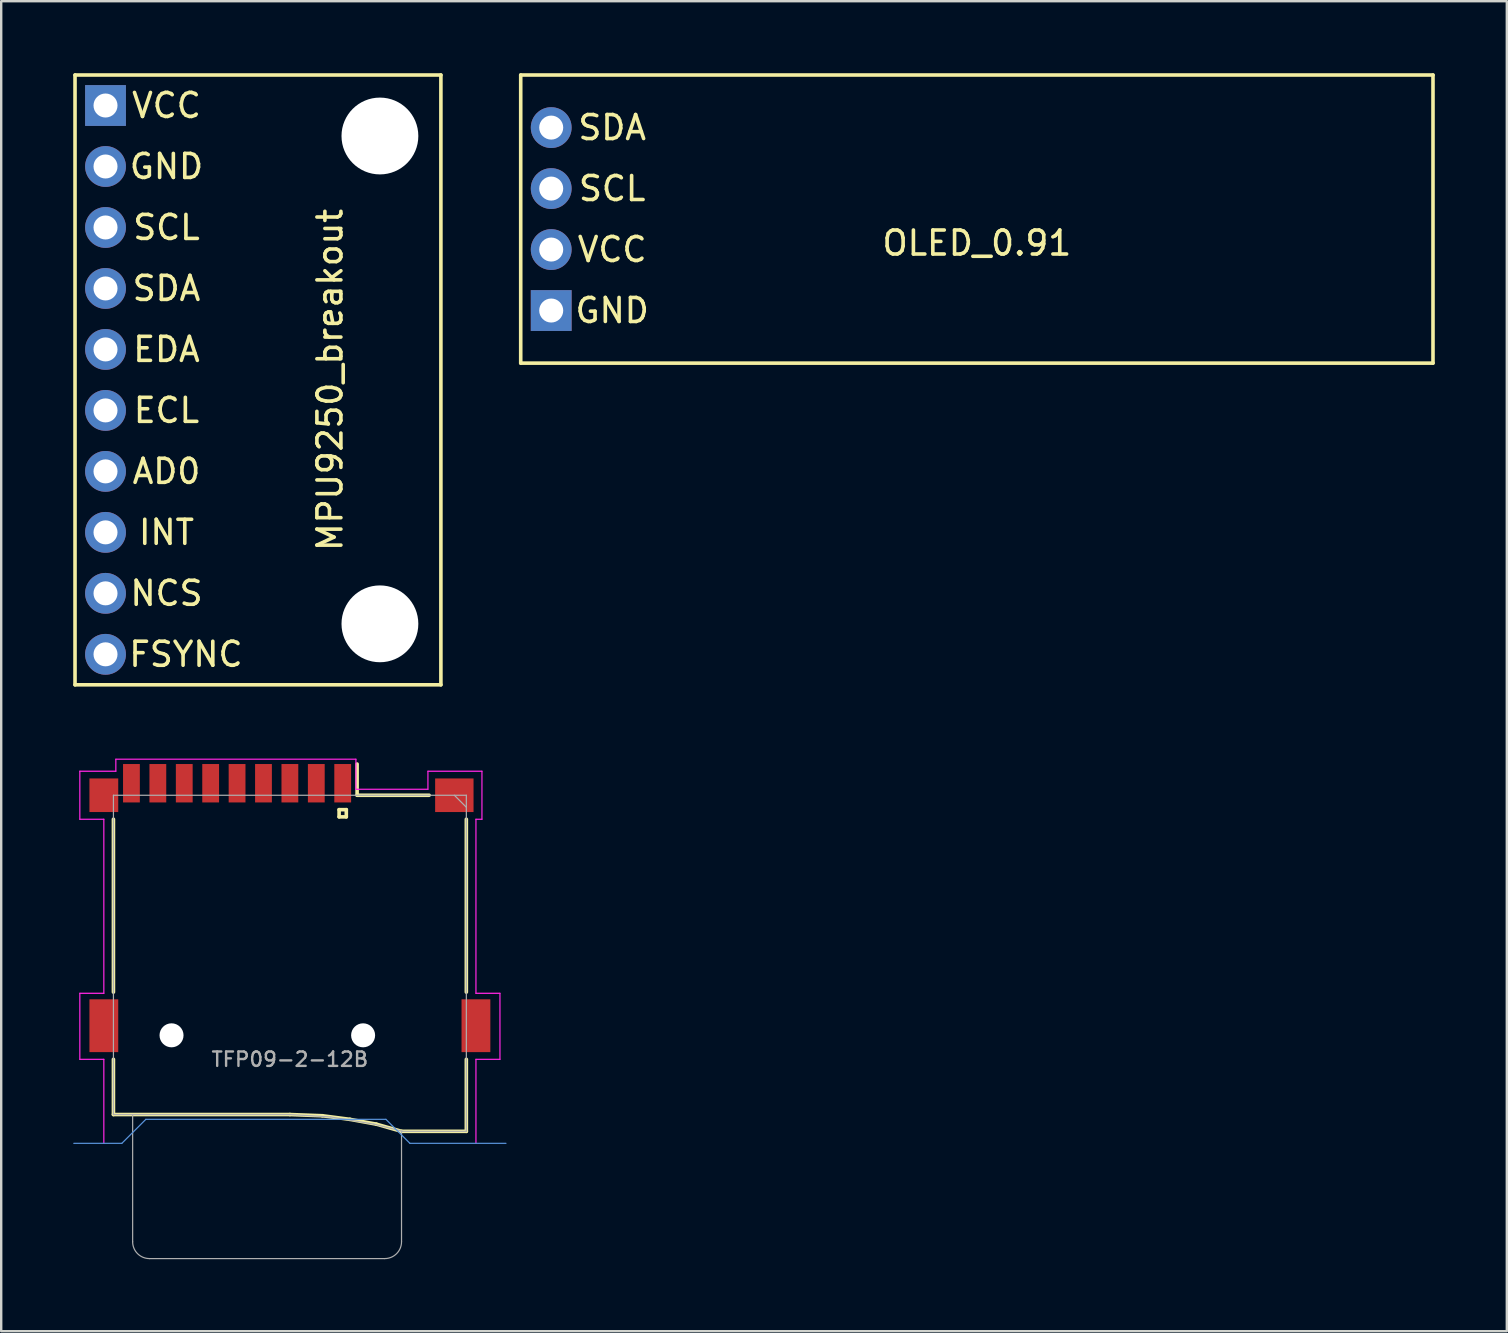
<source format=kicad_pcb>
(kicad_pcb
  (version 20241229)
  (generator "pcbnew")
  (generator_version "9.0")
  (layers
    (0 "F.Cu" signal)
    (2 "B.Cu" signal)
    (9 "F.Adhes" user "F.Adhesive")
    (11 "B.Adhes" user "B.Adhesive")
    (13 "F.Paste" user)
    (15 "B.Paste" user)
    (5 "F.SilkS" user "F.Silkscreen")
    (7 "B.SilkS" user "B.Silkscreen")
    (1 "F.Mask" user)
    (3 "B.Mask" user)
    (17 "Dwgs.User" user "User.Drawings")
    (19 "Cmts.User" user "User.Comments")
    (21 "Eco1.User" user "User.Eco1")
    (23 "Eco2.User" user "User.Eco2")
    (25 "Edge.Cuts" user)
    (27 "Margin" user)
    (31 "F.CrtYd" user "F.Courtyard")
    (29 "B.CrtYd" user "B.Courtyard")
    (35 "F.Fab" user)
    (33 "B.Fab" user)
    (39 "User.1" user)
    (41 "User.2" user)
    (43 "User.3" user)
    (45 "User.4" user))
  (footprint "OLED_0.91"
    (layer "F.Cu")
    (at 18.64 6.075)
    (property "Reference" "OLED_0.91" (at 19 1 0) (layer "F.SilkS") (effects (font (size 1 1) (thickness 0.15))))
    (attr through_hole)
    (fp_line (start 0 -6) (end 38 -6) (stroke (width 0.15) (type solid)) (layer "F.SilkS"))
    (fp_line (start 0 6) (end 0 -6) (stroke (width 0.15) (type solid)) (layer "F.SilkS"))
    (fp_line (start 38 -6) (end 38 6) (stroke (width 0.15) (type solid)) (layer "F.SilkS"))
    (fp_line (start 38 6) (end 0 6) (stroke (width 0.15) (type solid)) (layer "F.SilkS"))
    (fp_text user "VCC" (at 3.81 1.27 0) (layer "F.SilkS") (effects (font (size 1 1) (thickness 0.15))))
    (fp_text user "SDA" (at 3.81 -3.81 0) (layer "F.SilkS") (effects (font (size 1 1) (thickness 0.15))))
    (fp_text user "SCL" (at 3.81 -1.27 0) (layer "F.SilkS") (effects (font (size 1 1) (thickness 0.15))))
    (fp_text user "GND" (at 3.81 3.81 0) (layer "F.SilkS") (effects (font (size 1 1) (thickness 0.15))))
    (pad "1" thru_hole rect (at 1.27 3.81) (size 1.7 1.7) (drill 1) (layers "*.Cu" "*.Mask"))
    (pad "2" thru_hole circle (at 1.27 1.27) (size 1.7 1.7) (drill 1) (layers "*.Cu" "*.Mask"))
    (pad "3" thru_hole circle (at 1.27 -1.27) (size 1.7 1.7) (drill 1) (layers "*.Cu" "*.Mask"))
    (pad "4" thru_hole circle (at 1.27 -3.81) (size 1.7 1.7) (drill 1) (layers "*.Cu" "*.Mask")))
  (footprint "MPU9250_breakout"
    (layer "F.Cu")
    (at 7.695 12.775)
    (property "Reference" "MPU9250_breakout" (at 3 0 90) (layer "F.SilkS") (effects (font (size 1 1) (thickness 0.15))))
    (attr through_hole)
    (fp_line (start -7.62 -12.7) (end 7.62 -12.7) (stroke (width 0.15) (type solid)) (layer "F.SilkS"))
    (fp_line (start -7.62 12.7) (end -7.62 -12.7) (stroke (width 0.15) (type solid)) (layer "F.SilkS"))
    (fp_line (start 7.62 -12.7) (end 7.62 12.7) (stroke (width 0.15) (type solid)) (layer "F.SilkS"))
    (fp_line (start 7.62 12.7) (end -7.62 12.7) (stroke (width 0.15) (type solid)) (layer "F.SilkS"))
    (fp_text user "SDA" (at -3.81 -3.81 0) (layer "F.SilkS") (effects (font (size 1 1) (thickness 0.15))))
    (fp_text user "ECL" (at -3.81 1.27 0) (layer "F.SilkS") (effects (font (size 1 1) (thickness 0.15))))
    (fp_text user "NCS" (at -3.81 8.89 0) (layer "F.SilkS") (effects (font (size 1 1) (thickness 0.15))))
    (fp_text user "FSYNC" (at -3 11.43 0) (layer "F.SilkS") (effects (font (size 1 1) (thickness 0.15))))
    (fp_text user "EDA" (at -3.81 -1.27 0) (layer "F.SilkS") (effects (font (size 1 1) (thickness 0.15))))
    (fp_text user "SCL" (at -3.81 -6.35 0) (layer "F.SilkS") (effects (font (size 1 1) (thickness 0.15))))
    (fp_text user "AD0" (at -3.81 3.81 0) (layer "F.SilkS") (effects (font (size 1 1) (thickness 0.15))))
    (fp_text user "VCC" (at -3.81 -11.43 0) (layer "F.SilkS") (effects (font (size 1 1) (thickness 0.15))))
    (fp_text user "INT" (at -3.81 6.35 0) (layer "F.SilkS") (effects (font (size 1 1) (thickness 0.15))))
    (fp_text user "GND" (at -3.81 -8.89 0) (layer "F.SilkS") (effects (font (size 1 1) (thickness 0.15))))
    (pad "" np_thru_hole circle (at 5.08 -10.16) (size 3.2 3.2) (drill 3.2) (layers "*.Cu" "*.Mask"))
    (pad "" np_thru_hole circle (at 5.08 10.16) (size 3.2 3.2) (drill 3.2) (layers "*.Cu" "*.Mask"))
    (pad "1" thru_hole rect (at -6.35 -11.43) (size 1.7 1.7) (drill 1) (layers "*.Cu" "*.Mask"))
    (pad "2" thru_hole circle (at -6.35 -8.89) (size 1.7 1.7) (drill 1) (layers "*.Cu" "*.Mask"))
    (pad "3" thru_hole circle (at -6.35 -6.35) (size 1.7 1.7) (drill 1) (layers "*.Cu" "*.Mask"))
    (pad "4" thru_hole circle (at -6.35 -3.81) (size 1.7 1.7) (drill 1) (layers "*.Cu" "*.Mask"))
    (pad "5" thru_hole circle (at -6.35 -1.27) (size 1.7 1.7) (drill 1) (layers "*.Cu" "*.Mask"))
    (pad "6" thru_hole circle (at -6.35 1.27) (size 1.7 1.7) (drill 1) (layers "*.Cu" "*.Mask"))
    (pad "7" thru_hole circle (at -6.35 3.81) (size 1.7 1.7) (drill 1) (layers "*.Cu" "*.Mask"))
    (pad "8" thru_hole circle (at -6.35 6.35) (size 1.7 1.7) (drill 1) (layers "*.Cu" "*.Mask"))
    (pad "9" thru_hole circle (at -6.35 8.89) (size 1.7 1.7) (drill 1) (layers "*.Cu" "*.Mask"))
    (pad "10" thru_hole circle (at -6.35 11.43) (size 1.7 1.7) (drill 1) (layers "*.Cu" "*.Mask")))
  (footprint "TFP09-2-12B"
    (layer "F.Cu")
    (at 9.025 40.075)
    (property "Reference" "TFP09-2-12B" (at 0 1 180) (layer "F.Fab") (effects (font (size 0.6 0.6) (thickness 0.1))))
    (attr through_hole)
    (fp_line (start -7.35 -1.8) (end -7.35 -9) (stroke (width 0.15) (type solid)) (layer "F.SilkS"))
    (fp_line (start -7.35 1) (end -7.35 3.3) (stroke (width 0.15) (type solid)) (layer "F.SilkS"))
    (fp_line (start -7.35 3.3) (end 0 3.3) (stroke (width 0.15) (type solid)) (layer "F.SilkS"))
    (fp_line (start 0 3.3) (end 1.35 3.35) (stroke (width 0.15) (type solid)) (layer "F.SilkS"))
    (fp_line (start 1.35 3.35) (end 2.5 3.5) (stroke (width 0.15) (type solid)) (layer "F.SilkS"))
    (fp_line (start 2.05 -9.4) (end 2.05 -9.1) (stroke (width 0.15) (type solid)) (layer "F.SilkS"))
    (fp_line (start 2.05 -9.1) (end 2.35 -9.1) (stroke (width 0.15) (type solid)) (layer "F.SilkS"))
    (fp_line (start 2.35 -9.4) (end 2.05 -9.4) (stroke (width 0.15) (type solid)) (layer "F.SilkS"))
    (fp_line (start 2.35 -9.1) (end 2.35 -9.4) (stroke (width 0.15) (type solid)) (layer "F.SilkS"))
    (fp_line (start 2.5 3.5) (end 3.6 3.7) (stroke (width 0.15) (type solid)) (layer "F.SilkS"))
    (fp_line (start 2.8 -10) (end 2.8 -11.3) (stroke (width 0.15) (type solid)) (layer "F.SilkS"))
    (fp_line (start 2.8 -10) (end 5.8 -10) (stroke (width 0.15) (type solid)) (layer "F.SilkS"))
    (fp_line (start 3.6 3.7) (end 4.65 4) (stroke (width 0.15) (type solid)) (layer "F.SilkS"))
    (fp_line (start 4.65 4) (end 7.35 4) (stroke (width 0.15) (type solid)) (layer "F.SilkS"))
    (fp_line (start 7.35 -9) (end 7.35 -1.8) (stroke (width 0.15) (type solid)) (layer "F.SilkS"))
    (fp_line (start 7.35 4) (end 7.35 1) (stroke (width 0.15) (type solid)) (layer "F.SilkS"))
    (fp_line (start -9 4.5) (end -7 4.5) (stroke (width 0.05) (type solid)) (layer "Cmts.User"))
    (fp_line (start -7 4.5) (end -6 3.5) (stroke (width 0.05) (type solid)) (layer "Cmts.User"))
    (fp_line (start -6 3.5) (end 4 3.5) (stroke (width 0.05) (type solid)) (layer "Cmts.User"))
    (fp_line (start 4 3.5) (end 5 4.5) (stroke (width 0.05) (type solid)) (layer "Cmts.User"))
    (fp_line (start 5 4.5) (end 9 4.5) (stroke (width 0.05) (type solid)) (layer "Cmts.User"))
    (fp_line (start -8.75 -11) (end -7.25 -11) (stroke (width 0.05) (type solid)) (layer "F.CrtYd"))
    (fp_line (start -8.75 -9) (end -8.75 -11) (stroke (width 0.05) (type solid)) (layer "F.CrtYd"))
    (fp_line (start -8.75 -1.75) (end -7.75 -1.75) (stroke (width 0.05) (type solid)) (layer "F.CrtYd"))
    (fp_line (start -8.75 1) (end -8.75 -1.75) (stroke (width 0.05) (type solid)) (layer "F.CrtYd"))
    (fp_line (start -7.75 -9) (end -8.75 -9) (stroke (width 0.05) (type solid)) (layer "F.CrtYd"))
    (fp_line (start -7.75 -1.75) (end -7.75 -9) (stroke (width 0.05) (type solid)) (layer "F.CrtYd"))
    (fp_line (start -7.75 1) (end -8.75 1) (stroke (width 0.05) (type solid)) (layer "F.CrtYd"))
    (fp_line (start -7.75 4.5) (end -7.75 1) (stroke (width 0.05) (type solid)) (layer "F.CrtYd"))
    (fp_line (start -7.25 -11.5) (end 2.75 -11.5) (stroke (width 0.05) (type solid)) (layer "F.CrtYd"))
    (fp_line (start -7.25 -11) (end -7.25 -11.5) (stroke (width 0.05) (type solid)) (layer "F.CrtYd"))
    (fp_line (start 2.75 -11.5) (end 2.75 -10.25) (stroke (width 0.05) (type solid)) (layer "F.CrtYd"))
    (fp_line (start 2.75 -10.25) (end 5.75 -10.25) (stroke (width 0.05) (type solid)) (layer "F.CrtYd"))
    (fp_line (start 5.75 -11) (end 8 -11) (stroke (width 0.05) (type solid)) (layer "F.CrtYd"))
    (fp_line (start 5.75 -10.25) (end 5.75 -11) (stroke (width 0.05) (type solid)) (layer "F.CrtYd"))
    (fp_line (start 7.75 -9) (end 7.75 -1.75) (stroke (width 0.05) (type solid)) (layer "F.CrtYd"))
    (fp_line (start 7.75 -1.75) (end 8.75 -1.75) (stroke (width 0.05) (type solid)) (layer "F.CrtYd"))
    (fp_line (start 7.75 1) (end 7.75 4.5) (stroke (width 0.05) (type solid)) (layer "F.CrtYd"))
    (fp_line (start 8 -11) (end 8 -9) (stroke (width 0.05) (type solid)) (layer "F.CrtYd"))
    (fp_line (start 8 -9) (end 7.75 -9) (stroke (width 0.05) (type solid)) (layer "F.CrtYd"))
    (fp_line (start 8.75 -1.75) (end 8.75 1) (stroke (width 0.05) (type solid)) (layer "F.CrtYd"))
    (fp_line (start 8.75 1) (end 7.75 1) (stroke (width 0.05) (type solid)) (layer "F.CrtYd"))
    (fp_line (start -7.35 -10) (end -7.35 3.3) (stroke (width 0.05) (type solid)) (layer "F.Fab"))
    (fp_line (start -7.35 -10) (end 7.35 -10) (stroke (width 0.05) (type solid)) (layer "F.Fab"))
    (fp_line (start -7.35 3.3) (end 0 3.3) (stroke (width 0.05) (type solid)) (layer "F.Fab"))
    (fp_line (start -6.55 8.6) (end -6.55 3.3) (stroke (width 0.05) (type solid)) (layer "F.Fab"))
    (fp_line (start -5.85 9.3) (end 3.95 9.3) (stroke (width 0.05) (type solid)) (layer "F.Fab"))
    (fp_line (start 0 3.3) (end 1.7 3.4) (stroke (width 0.05) (type solid)) (layer "F.Fab"))
    (fp_line (start 1.7 3.4) (end 3.5 3.7) (stroke (width 0.05) (type solid)) (layer "F.Fab"))
    (fp_line (start 3.5 3.7) (end 4.7 4) (stroke (width 0.05) (type solid)) (layer "F.Fab"))
    (fp_line (start 4.65 4) (end 7.35 4) (stroke (width 0.05) (type solid)) (layer "F.Fab"))
    (fp_line (start 4.65 8.6) (end 4.65 4) (stroke (width 0.05) (type solid)) (layer "F.Fab"))
    (fp_line (start 7.35 -10) (end 7.35 4) (stroke (width 0.05) (type solid)) (layer "F.Fab"))
    (fp_line (start 7.35 -9.5) (end 6.85 -10) (stroke (width 0.05) (type solid)) (layer "F.Fab"))
    (fp_arc (start -5.85 9.3) (mid -6.344975 9.094975) (end -6.55 8.6) (stroke (width 0.05) (type solid)) (layer "F.Fab"))
    (fp_arc (start 4.65 8.6) (mid 4.444975 9.094975) (end 3.95 9.3) (stroke (width 0.05) (type solid)) (layer "F.Fab"))
    (fp_text user "${REFERENCE}" (at 2.1 -9.35 180) (layer "Eco1.User") (effects (font (size 0.3 0.3) (thickness 0.03))))
    (pad "" np_thru_hole circle (at -4.93 0) (size 1 1) (drill 1) (layers "*.Cu"))
    (pad "" np_thru_hole circle (at 3.05 0) (size 1 1) (drill 1) (layers "*.Cu"))
    (pad "1" smd rect (at 2.2 -10.5) (size 0.7 1.6) (layers "F.Cu" "F.Mask" "F.Paste"))
    (pad "2" smd rect (at 1.1 -10.5) (size 0.7 1.6) (layers "F.Cu" "F.Mask" "F.Paste"))
    (pad "3" smd rect (at 0 -10.5) (size 0.7 1.6) (layers "F.Cu" "F.Mask" "F.Paste"))
    (pad "4" smd rect (at -1.1 -10.5) (size 0.7 1.6) (layers "F.Cu" "F.Mask" "F.Paste"))
    (pad "5" smd rect (at -2.2 -10.5) (size 0.7 1.6) (layers "F.Cu" "F.Mask" "F.Paste"))
    (pad "6" smd rect (at -7.75 -10) (size 1.2 1.4) (layers "F.Cu" "F.Mask" "F.Paste"))
    (pad "6" smd rect (at -7.75 -0.4) (size 1.2 2.2) (layers "F.Cu" "F.Mask" "F.Paste"))
    (pad "6" smd rect (at -3.3 -10.5) (size 0.7 1.6) (layers "F.Cu" "F.Mask" "F.Paste"))
    (pad "6" smd rect (at 6.85 -10) (size 1.6 1.4) (layers "F.Cu" "F.Mask" "F.Paste"))
    (pad "6" smd rect (at 7.75 -0.4) (size 1.2 2.2) (layers "F.Cu" "F.Mask" "F.Paste"))
    (pad "7" smd rect (at -4.4 -10.5) (size 0.7 1.6) (layers "F.Cu" "F.Mask" "F.Paste"))
    (pad "8" smd rect (at -5.5 -10.5) (size 0.7 1.6) (layers "F.Cu" "F.Mask" "F.Paste"))
    (pad "9" smd rect (at -6.6 -10.5) (size 0.7 1.6) (layers "F.Cu" "F.Mask" "F.Paste")))
  (gr_rect
    (start -3 -3)
    (end 59.715 52.4)
    (stroke (width 0.1) (type default))
    (fill no)
    (layer "Edge.Cuts")))
</source>
